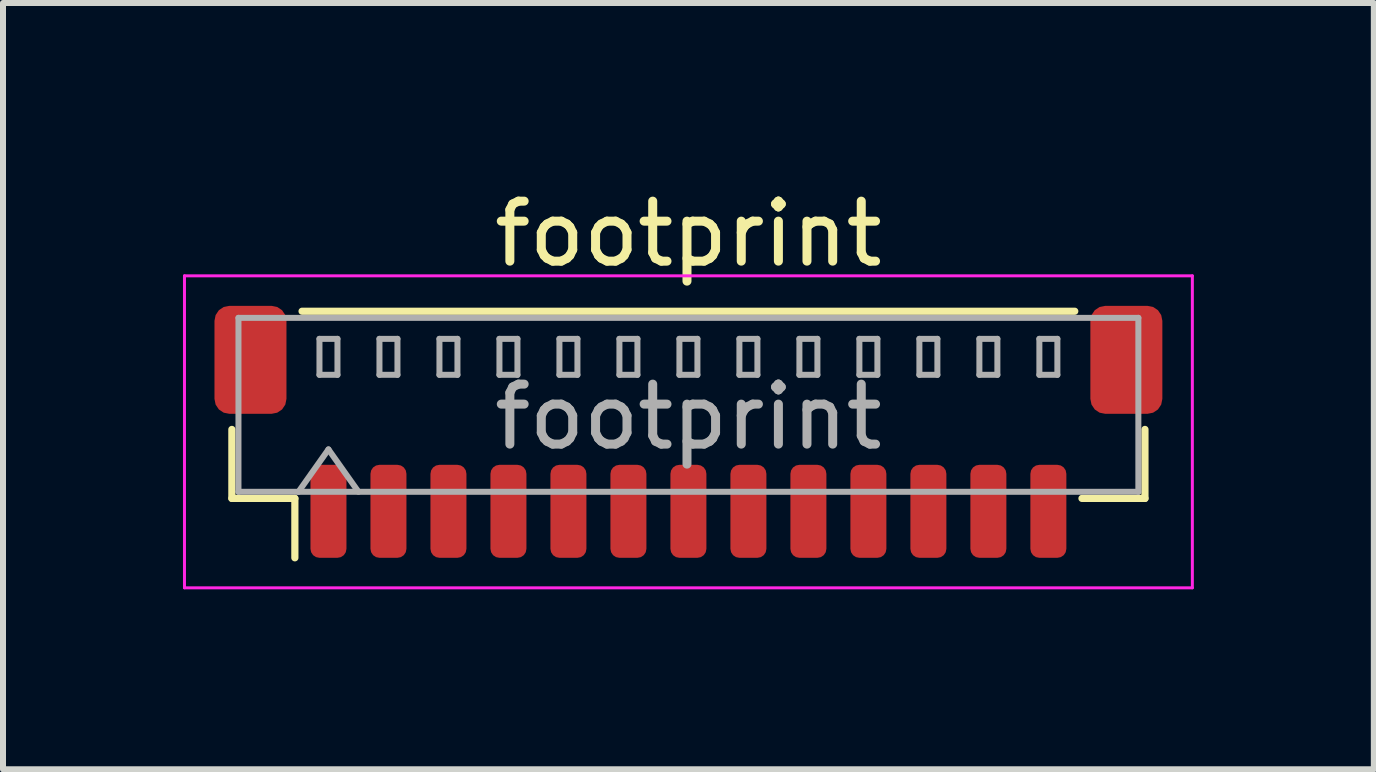
<source format=kicad_pcb>
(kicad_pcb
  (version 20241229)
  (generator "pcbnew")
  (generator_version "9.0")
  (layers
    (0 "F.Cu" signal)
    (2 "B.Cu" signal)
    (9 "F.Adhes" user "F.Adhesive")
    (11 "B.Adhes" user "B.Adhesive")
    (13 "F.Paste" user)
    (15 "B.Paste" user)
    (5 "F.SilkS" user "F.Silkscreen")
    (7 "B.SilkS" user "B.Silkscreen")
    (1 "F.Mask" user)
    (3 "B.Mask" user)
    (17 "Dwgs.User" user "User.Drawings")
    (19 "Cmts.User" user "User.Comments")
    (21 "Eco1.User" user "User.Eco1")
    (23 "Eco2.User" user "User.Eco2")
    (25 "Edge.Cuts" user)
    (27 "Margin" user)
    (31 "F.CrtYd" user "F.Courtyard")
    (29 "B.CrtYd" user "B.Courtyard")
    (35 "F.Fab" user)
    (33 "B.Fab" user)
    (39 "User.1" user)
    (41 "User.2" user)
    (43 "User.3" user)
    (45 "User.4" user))
  (footprint "footprint"
    (layer "F.Cu")
    (at 8.425 4.148)
    (property "Reference" "footprint" (at 0 -3.3 0) (layer "F.SilkS") (effects (font (size 1 1) (thickness 0.15))))
    (attr smd)
    (fp_line (start -7.61 -0.04) (end -7.61 1.11) (stroke (width 0.12) (type solid)) (layer "F.SilkS"))
    (fp_line (start -7.61 1.11) (end -6.56 1.11) (stroke (width 0.12) (type solid)) (layer "F.SilkS"))
    (fp_line (start -6.56 1.11) (end -6.56 2.1) (stroke (width 0.12) (type solid)) (layer "F.SilkS"))
    (fp_line (start -6.44 -2.01) (end 6.44 -2.01) (stroke (width 0.12) (type solid)) (layer "F.SilkS"))
    (fp_line (start 7.61 -0.04) (end 7.61 1.11) (stroke (width 0.12) (type solid)) (layer "F.SilkS"))
    (fp_line (start 7.61 1.11) (end 6.56 1.11) (stroke (width 0.12) (type solid)) (layer "F.SilkS"))
    (fp_line (start -8.4 -2.6) (end -8.4 2.6) (stroke (width 0.05) (type solid)) (layer "F.CrtYd"))
    (fp_line (start -8.4 2.6) (end 8.4 2.6) (stroke (width 0.05) (type solid)) (layer "F.CrtYd"))
    (fp_line (start 8.4 -2.6) (end -8.4 -2.6) (stroke (width 0.05) (type solid)) (layer "F.CrtYd"))
    (fp_line (start 8.4 2.6) (end 8.4 -2.6) (stroke (width 0.05) (type solid)) (layer "F.CrtYd"))
    (fp_line (start -7.5 -1.9) (end 7.5 -1.9) (stroke (width 0.1) (type solid)) (layer "F.Fab"))
    (fp_line (start -7.5 1) (end -7.5 -1.9) (stroke (width 0.1) (type solid)) (layer "F.Fab"))
    (fp_line (start -7.5 1) (end 7.5 1) (stroke (width 0.1) (type solid)) (layer "F.Fab"))
    (fp_line (start -6.5 1) (end -6 0.293) (stroke (width 0.1) (type solid)) (layer "F.Fab"))
    (fp_line (start -6.15 -1.55) (end -6.15 -0.95) (stroke (width 0.1) (type solid)) (layer "F.Fab"))
    (fp_line (start -6.15 -0.95) (end -5.85 -0.95) (stroke (width 0.1) (type solid)) (layer "F.Fab"))
    (fp_line (start -6 0.293) (end -5.5 1) (stroke (width 0.1) (type solid)) (layer "F.Fab"))
    (fp_line (start -5.85 -1.55) (end -6.15 -1.55) (stroke (width 0.1) (type solid)) (layer "F.Fab"))
    (fp_line (start -5.85 -0.95) (end -5.85 -1.55) (stroke (width 0.1) (type solid)) (layer "F.Fab"))
    (fp_line (start -5.15 -1.55) (end -5.15 -0.95) (stroke (width 0.1) (type solid)) (layer "F.Fab"))
    (fp_line (start -5.15 -0.95) (end -4.85 -0.95) (stroke (width 0.1) (type solid)) (layer "F.Fab"))
    (fp_line (start -4.85 -1.55) (end -5.15 -1.55) (stroke (width 0.1) (type solid)) (layer "F.Fab"))
    (fp_line (start -4.85 -0.95) (end -4.85 -1.55) (stroke (width 0.1) (type solid)) (layer "F.Fab"))
    (fp_line (start -4.15 -1.55) (end -4.15 -0.95) (stroke (width 0.1) (type solid)) (layer "F.Fab"))
    (fp_line (start -4.15 -0.95) (end -3.85 -0.95) (stroke (width 0.1) (type solid)) (layer "F.Fab"))
    (fp_line (start -3.85 -1.55) (end -4.15 -1.55) (stroke (width 0.1) (type solid)) (layer "F.Fab"))
    (fp_line (start -3.85 -0.95) (end -3.85 -1.55) (stroke (width 0.1) (type solid)) (layer "F.Fab"))
    (fp_line (start -3.15 -1.55) (end -3.15 -0.95) (stroke (width 0.1) (type solid)) (layer "F.Fab"))
    (fp_line (start -3.15 -0.95) (end -2.85 -0.95) (stroke (width 0.1) (type solid)) (layer "F.Fab"))
    (fp_line (start -2.85 -1.55) (end -3.15 -1.55) (stroke (width 0.1) (type solid)) (layer "F.Fab"))
    (fp_line (start -2.85 -0.95) (end -2.85 -1.55) (stroke (width 0.1) (type solid)) (layer "F.Fab"))
    (fp_line (start -2.15 -1.55) (end -2.15 -0.95) (stroke (width 0.1) (type solid)) (layer "F.Fab"))
    (fp_line (start -2.15 -0.95) (end -1.85 -0.95) (stroke (width 0.1) (type solid)) (layer "F.Fab"))
    (fp_line (start -1.85 -1.55) (end -2.15 -1.55) (stroke (width 0.1) (type solid)) (layer "F.Fab"))
    (fp_line (start -1.85 -0.95) (end -1.85 -1.55) (stroke (width 0.1) (type solid)) (layer "F.Fab"))
    (fp_line (start -1.15 -1.55) (end -1.15 -0.95) (stroke (width 0.1) (type solid)) (layer "F.Fab"))
    (fp_line (start -1.15 -0.95) (end -0.85 -0.95) (stroke (width 0.1) (type solid)) (layer "F.Fab"))
    (fp_line (start -0.85 -1.55) (end -1.15 -1.55) (stroke (width 0.1) (type solid)) (layer "F.Fab"))
    (fp_line (start -0.85 -0.95) (end -0.85 -1.55) (stroke (width 0.1) (type solid)) (layer "F.Fab"))
    (fp_line (start -0.15 -1.55) (end -0.15 -0.95) (stroke (width 0.1) (type solid)) (layer "F.Fab"))
    (fp_line (start -0.15 -0.95) (end 0.15 -0.95) (stroke (width 0.1) (type solid)) (layer "F.Fab"))
    (fp_line (start 0.15 -1.55) (end -0.15 -1.55) (stroke (width 0.1) (type solid)) (layer "F.Fab"))
    (fp_line (start 0.15 -0.95) (end 0.15 -1.55) (stroke (width 0.1) (type solid)) (layer "F.Fab"))
    (fp_line (start 0.85 -1.55) (end 0.85 -0.95) (stroke (width 0.1) (type solid)) (layer "F.Fab"))
    (fp_line (start 0.85 -0.95) (end 1.15 -0.95) (stroke (width 0.1) (type solid)) (layer "F.Fab"))
    (fp_line (start 1.15 -1.55) (end 0.85 -1.55) (stroke (width 0.1) (type solid)) (layer "F.Fab"))
    (fp_line (start 1.15 -0.95) (end 1.15 -1.55) (stroke (width 0.1) (type solid)) (layer "F.Fab"))
    (fp_line (start 1.85 -1.55) (end 1.85 -0.95) (stroke (width 0.1) (type solid)) (layer "F.Fab"))
    (fp_line (start 1.85 -0.95) (end 2.15 -0.95) (stroke (width 0.1) (type solid)) (layer "F.Fab"))
    (fp_line (start 2.15 -1.55) (end 1.85 -1.55) (stroke (width 0.1) (type solid)) (layer "F.Fab"))
    (fp_line (start 2.15 -0.95) (end 2.15 -1.55) (stroke (width 0.1) (type solid)) (layer "F.Fab"))
    (fp_line (start 2.85 -1.55) (end 2.85 -0.95) (stroke (width 0.1) (type solid)) (layer "F.Fab"))
    (fp_line (start 2.85 -0.95) (end 3.15 -0.95) (stroke (width 0.1) (type solid)) (layer "F.Fab"))
    (fp_line (start 3.15 -1.55) (end 2.85 -1.55) (stroke (width 0.1) (type solid)) (layer "F.Fab"))
    (fp_line (start 3.15 -0.95) (end 3.15 -1.55) (stroke (width 0.1) (type solid)) (layer "F.Fab"))
    (fp_line (start 3.85 -1.55) (end 3.85 -0.95) (stroke (width 0.1) (type solid)) (layer "F.Fab"))
    (fp_line (start 3.85 -0.95) (end 4.15 -0.95) (stroke (width 0.1) (type solid)) (layer "F.Fab"))
    (fp_line (start 4.15 -1.55) (end 3.85 -1.55) (stroke (width 0.1) (type solid)) (layer "F.Fab"))
    (fp_line (start 4.15 -0.95) (end 4.15 -1.55) (stroke (width 0.1) (type solid)) (layer "F.Fab"))
    (fp_line (start 4.85 -1.55) (end 4.85 -0.95) (stroke (width 0.1) (type solid)) (layer "F.Fab"))
    (fp_line (start 4.85 -0.95) (end 5.15 -0.95) (stroke (width 0.1) (type solid)) (layer "F.Fab"))
    (fp_line (start 5.15 -1.55) (end 4.85 -1.55) (stroke (width 0.1) (type solid)) (layer "F.Fab"))
    (fp_line (start 5.15 -0.95) (end 5.15 -1.55) (stroke (width 0.1) (type solid)) (layer "F.Fab"))
    (fp_line (start 5.85 -1.55) (end 5.85 -0.95) (stroke (width 0.1) (type solid)) (layer "F.Fab"))
    (fp_line (start 5.85 -0.95) (end 6.15 -0.95) (stroke (width 0.1) (type solid)) (layer "F.Fab"))
    (fp_line (start 6.15 -1.55) (end 5.85 -1.55) (stroke (width 0.1) (type solid)) (layer "F.Fab"))
    (fp_line (start 6.15 -0.95) (end 6.15 -1.55) (stroke (width 0.1) (type solid)) (layer "F.Fab"))
    (fp_line (start 7.5 1) (end 7.5 -1.9) (stroke (width 0.1) (type solid)) (layer "F.Fab"))
    (fp_text user "${REFERENCE}" (at 0 -0.25 0) (layer "F.Fab") (effects (font (size 1 1) (thickness 0.15))))
    (pad "1" smd roundrect (at -6 1.325) (size 0.6 1.55) (layers "F.Cu" "F.Mask" "F.Paste") (roundrect_rratio 0.25))
    (pad "2" smd roundrect (at -5 1.325) (size 0.6 1.55) (layers "F.Cu" "F.Mask" "F.Paste") (roundrect_rratio 0.25))
    (pad "3" smd roundrect (at -4 1.325) (size 0.6 1.55) (layers "F.Cu" "F.Mask" "F.Paste") (roundrect_rratio 0.25))
    (pad "4" smd roundrect (at -3 1.325) (size 0.6 1.55) (layers "F.Cu" "F.Mask" "F.Paste") (roundrect_rratio 0.25))
    (pad "5" smd roundrect (at -2 1.325) (size 0.6 1.55) (layers "F.Cu" "F.Mask" "F.Paste") (roundrect_rratio 0.25))
    (pad "6" smd roundrect (at -1 1.325) (size 0.6 1.55) (layers "F.Cu" "F.Mask" "F.Paste") (roundrect_rratio 0.25))
    (pad "7" smd roundrect (at 0 1.325) (size 0.6 1.55) (layers "F.Cu" "F.Mask" "F.Paste") (roundrect_rratio 0.25))
    (pad "8" smd roundrect (at 1 1.325) (size 0.6 1.55) (layers "F.Cu" "F.Mask" "F.Paste") (roundrect_rratio 0.25))
    (pad "9" smd roundrect (at 2 1.325) (size 0.6 1.55) (layers "F.Cu" "F.Mask" "F.Paste") (roundrect_rratio 0.25))
    (pad "10" smd roundrect (at 3 1.325) (size 0.6 1.55) (layers "F.Cu" "F.Mask" "F.Paste") (roundrect_rratio 0.25))
    (pad "11" smd roundrect (at 4 1.325) (size 0.6 1.55) (layers "F.Cu" "F.Mask" "F.Paste") (roundrect_rratio 0.25))
    (pad "12" smd roundrect (at 5 1.325) (size 0.6 1.55) (layers "F.Cu" "F.Mask" "F.Paste") (roundrect_rratio 0.25))
    (pad "13" smd roundrect (at 6 1.325) (size 0.6 1.55) (layers "F.Cu" "F.Mask" "F.Paste") (roundrect_rratio 0.25))
    (pad "MP" smd roundrect (at -7.3 -1.2) (size 1.2 1.8) (layers "F.Cu" "F.Mask" "F.Paste") (roundrect_rratio 0.208))
    (pad "MP" smd roundrect (at 7.3 -1.2) (size 1.2 1.8) (layers "F.Cu" "F.Mask" "F.Paste") (roundrect_rratio 0.208)))
  (gr_rect
    (start -3 -3)
    (end 19.85 9.773)
    (stroke (width 0.1) (type default))
    (fill no)
    (layer "Edge.Cuts")))
</source>
